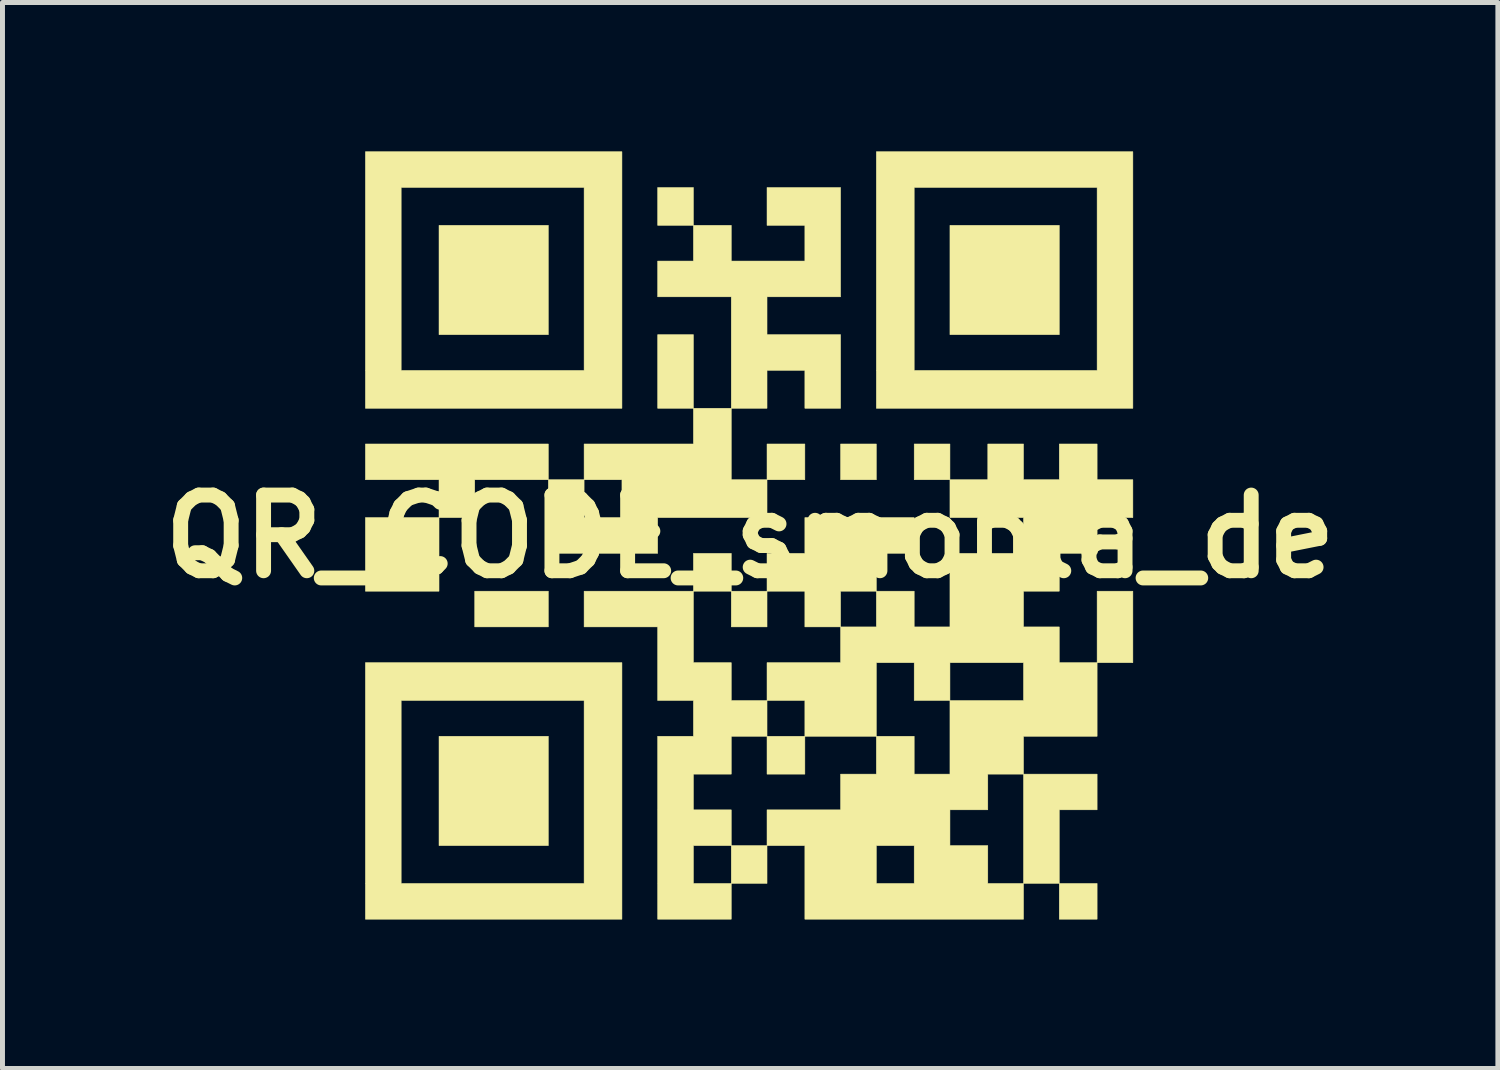
<source format=kicad_pcb>
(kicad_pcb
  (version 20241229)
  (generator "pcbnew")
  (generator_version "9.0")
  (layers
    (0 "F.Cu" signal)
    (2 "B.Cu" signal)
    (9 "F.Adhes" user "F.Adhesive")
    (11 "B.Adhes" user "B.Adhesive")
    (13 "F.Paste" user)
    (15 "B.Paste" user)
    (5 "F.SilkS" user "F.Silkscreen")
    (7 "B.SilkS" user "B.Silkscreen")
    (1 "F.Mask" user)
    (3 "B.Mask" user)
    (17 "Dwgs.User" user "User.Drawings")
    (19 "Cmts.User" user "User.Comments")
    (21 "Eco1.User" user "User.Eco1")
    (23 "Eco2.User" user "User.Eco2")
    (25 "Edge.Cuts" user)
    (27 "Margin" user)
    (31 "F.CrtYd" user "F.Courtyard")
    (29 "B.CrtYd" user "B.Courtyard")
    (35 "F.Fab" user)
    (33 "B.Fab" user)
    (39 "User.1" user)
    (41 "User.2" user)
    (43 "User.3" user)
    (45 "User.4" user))
  (footprint "QR_CODE_smopla_de"
    (layer "F.Cu")
    (at 12.054 7.752)
    (property "Reference" "QR_CODE_smopla_de" (at 0 0 0) (layer "F.SilkS") (effects (font (size 1.524 1.524) (thickness 0.3))))
    (attr through_hole)
    (fp_poly (pts (xy -6.265 1.101) (xy -7.747 1.101) (xy -7.747 -0.381) (xy -6.265 -0.381) (xy -6.265 1.101)) (stroke (width 0.01) (type solid)) (fill yes) (layer "F.SilkS"))
    (fp_poly (pts (xy -4.064 -4.064) (xy -6.265 -4.064) (xy -6.265 -6.265) (xy -4.064 -6.265) (xy -4.064 -4.064)) (stroke (width 0.01) (type solid)) (fill yes) (layer "F.SilkS"))
    (fp_poly (pts (xy -4.064 1.82) (xy -5.546 1.82) (xy -5.546 1.101) (xy -4.064 1.101) (xy -4.064 1.82)) (stroke (width 0.01) (type solid)) (fill yes) (layer "F.SilkS"))
    (fp_poly (pts (xy -4.064 6.223) (xy -6.265 6.223) (xy -6.265 4.022) (xy -4.064 4.022) (xy -4.064 6.223)) (stroke (width 0.01) (type solid)) (fill yes) (layer "F.SilkS"))
    (fp_poly (pts (xy -1.863 -6.265) (xy -1.863 -7.027) (xy -1.143 -7.027) (xy -1.143 -6.265) (xy -1.863 -6.265)) (stroke (width 0.01) (type solid)) (fill yes) (layer "F.SilkS"))
    (fp_poly (pts (xy -1.863 -2.582) (xy -1.863 -4.064) (xy -1.143 -4.064) (xy -1.143 -2.582) (xy -1.863 -2.582)) (stroke (width 0.01) (type solid)) (fill yes) (layer "F.SilkS"))
    (fp_poly (pts (xy 0.339 -1.863) (xy 1.101 -1.863) (xy 1.101 -1.143) (xy 0.339 -1.143) (xy 0.339 -1.863)) (stroke (width 0.01) (type solid)) (fill yes) (layer "F.SilkS"))
    (fp_poly (pts (xy 1.101 4.784) (xy 0.339 4.784) (xy 0.339 4.022) (xy 1.101 4.022) (xy 1.101 4.784)) (stroke (width 0.01) (type solid)) (fill yes) (layer "F.SilkS"))
    (fp_poly (pts (xy 2.54 -1.143) (xy 1.82 -1.143) (xy 1.82 -1.863) (xy 2.54 -1.863) (xy 2.54 -1.143)) (stroke (width 0.01) (type solid)) (fill yes) (layer "F.SilkS"))
    (fp_poly (pts (xy 3.302 -1.143) (xy 3.302 -1.863) (xy 4.022 -1.863) (xy 4.022 -1.143) (xy 3.302 -1.143)) (stroke (width 0.01) (type solid)) (fill yes) (layer "F.SilkS"))
    (fp_poly (pts (xy 6.223 -4.064) (xy 4.022 -4.064) (xy 4.022 -6.265) (xy 6.223 -6.265) (xy 6.223 -4.064)) (stroke (width 0.01) (type solid)) (fill yes) (layer "F.SilkS"))
    (fp_poly (pts (xy 6.985 1.101) (xy 7.705 1.101) (xy 7.705 2.54) (xy 6.985 2.54) (xy 6.985 1.101)) (stroke (width 0.01) (type solid)) (fill yes) (layer "F.SilkS"))
    (fp_poly (pts (xy 6.985 7.705) (xy 6.223 7.705) (xy 6.223 6.985) (xy 6.985 6.985) (xy 6.985 7.705)) (stroke (width 0.01) (type solid)) (fill yes) (layer "F.SilkS"))
    (fp_poly (pts (xy 5.503 4.784) (xy 6.985 4.784) (xy 6.985 5.503) (xy 6.223 5.503) (xy 6.223 6.985) (xy 5.503 6.985) (xy 5.503 4.784)) (stroke (width 0.01) (type solid)) (fill yes) (layer "F.SilkS"))
    (fp_poly (pts (xy -6.265 -1.143) (xy -7.747 -1.143) (xy -7.747 -1.863) (xy -4.064 -1.863) (xy -4.064 -1.143) (xy -5.546 -1.143) (xy -5.546 -0.381) (xy -6.265 -0.381) (xy -6.265 -1.143)) (stroke (width 0.01) (type solid)) (fill yes) (layer "F.SilkS"))
    (fp_poly (pts (xy -2.582 -2.582) (xy -7.747 -2.582) (xy -7.747 -7.027) (xy -7.027 -7.027) (xy -7.027 -3.344) (xy -3.344 -3.344) (xy -3.344 -7.027) (xy -7.027 -7.027) (xy -7.747 -7.027) (xy -7.747 -7.747) (xy -2.582 -7.747) (xy -2.582 -2.582)) (stroke (width 0.01) (type solid)) (fill yes) (layer "F.SilkS"))
    (fp_poly (pts (xy -2.582 7.705) (xy -7.747 7.705) (xy -7.747 3.302) (xy -7.027 3.302) (xy -7.027 6.985) (xy -3.344 6.985) (xy -3.344 3.302) (xy -7.027 3.302) (xy -7.747 3.302) (xy -7.747 2.54) (xy -2.582 2.54) (xy -2.582 7.705)) (stroke (width 0.01) (type solid)) (fill yes) (layer "F.SilkS"))
    (fp_poly (pts (xy 7.705 -2.582) (xy 2.54 -2.582) (xy 2.54 -7.027) (xy 3.302 -7.027) (xy 3.302 -3.344) (xy 6.985 -3.344) (xy 6.985 -7.027) (xy 3.302 -7.027) (xy 2.54 -7.027) (xy 2.54 -7.747) (xy 7.705 -7.747) (xy 7.705 -2.582)) (stroke (width 0.01) (type solid)) (fill yes) (layer "F.SilkS"))
    (fp_poly (pts (xy 0.339 -0.381) (xy -1.863 -0.381) (xy -1.863 0.339) (xy -4.064 0.339) (xy -4.064 -1.143) (xy -3.344 -1.143) (xy -3.344 -0.381) (xy -2.582 -0.381) (xy -2.582 -1.143) (xy -3.344 -1.143) (xy -3.344 -1.863) (xy -1.143 -1.863) (xy -1.143 -2.582) (xy -0.381 -2.582) (xy -0.381 -1.143) (xy 0.339 -1.143) (xy 0.339 -0.381)) (stroke (width 0.01) (type solid)) (fill yes) (layer "F.SilkS"))
    (fp_poly (pts (xy -0.381 -4.826) (xy -1.863 -4.826) (xy -1.863 -5.546) (xy -1.143 -5.546) (xy -1.143 -6.265) (xy -0.381 -6.265) (xy -0.381 -5.546) (xy 1.101 -5.546) (xy 1.101 -6.265) (xy 0.339 -6.265) (xy 0.339 -7.027) (xy 1.82 -7.027) (xy 1.82 -4.826) (xy 0.339 -4.826) (xy 0.339 -4.064) (xy 1.82 -4.064) (xy 1.82 -2.582) (xy 1.101 -2.582) (xy 1.101 -3.344) (xy 0.339 -3.344) (xy 0.339 -2.582) (xy -0.381 -2.582) (xy -0.381 -4.826)) (stroke (width 0.01) (type solid)) (fill yes) (layer "F.SilkS"))
    (fp_poly (pts (xy 6.985 4.022) (xy 5.503 4.022) (xy 5.503 4.784) (xy 4.784 4.784) (xy 4.784 5.503) (xy 4.022 5.503) (xy 4.022 6.223) (xy 4.784 6.223) (xy 4.784 6.985) (xy 5.503 6.985) (xy 5.503 7.705) (xy 1.101 7.705) (xy 1.101 6.223) (xy 2.54 6.223) (xy 2.54 6.985) (xy 3.302 6.985) (xy 3.302 6.223) (xy 2.54 6.223) (xy 1.101 6.223) (xy 0.339 6.223) (xy 0.339 6.985) (xy -0.381 6.985) (xy -0.381 7.705) (xy -1.863 7.705) (xy -1.863 6.223) (xy -1.143 6.223) (xy -1.143 6.985) (xy -0.381 6.985) (xy -0.381 6.223) (xy -1.143 6.223) (xy -1.863 6.223) (xy -1.863 4.784) (xy -1.143 4.784) (xy -1.143 5.503) (xy -0.381 5.503) (xy -0.381 6.223) (xy 0.339 6.223) (xy 0.339 5.503) (xy 1.82 5.503) (xy 1.82 4.784) (xy 2.54 4.784) (xy 2.54 4.022) (xy 1.101 4.022) (xy 1.101 3.302) (xy 0.339 3.302) (xy 0.339 4.022) (xy -0.381 4.022) (xy -0.381 4.784) (xy -1.143 4.784) (xy -1.863 4.784) (xy -1.863 4.022) (xy -1.143 4.022) (xy -1.143 3.302) (xy -1.863 3.302) (xy -1.863 1.82) (xy -3.344 1.82) (xy -3.344 1.101) (xy -1.143 1.101) (xy -1.143 2.54) (xy -0.381 2.54) (xy -0.381 3.302) (xy 0.339 3.302) (xy 0.339 2.54) (xy 1.82 2.54) (xy 2.54 2.54) (xy 2.54 4.022) (xy 3.302 4.022) (xy 3.302 4.784) (xy 4.022 4.784) (xy 4.022 3.302) (xy 3.302 3.302) (xy 3.302 2.54) (xy 4.022 2.54) (xy 4.022 3.302) (xy 5.503 3.302) (xy 5.503 2.54) (xy 4.022 2.54) (xy 3.302 2.54) (xy 2.54 2.54) (xy 1.82 2.54) (xy 1.82 1.82) (xy 1.101 1.82) (xy 1.101 1.101) (xy 1.82 1.101) (xy 1.82 1.82) (xy 2.54 1.82) (xy 2.54 1.101) (xy 1.82 1.101) (xy 1.101 1.101) (xy 0.339 1.101) (xy 0.339 1.82) (xy -0.381 1.82) (xy -0.381 1.101) (xy -1.143 1.101) (xy -1.143 0.339) (xy -0.381 0.339) (xy -0.381 1.101) (xy 0.339 1.101) (xy 0.339 0.339) (xy 1.101 0.339) (xy 1.101 -0.381) (xy 3.302 -0.381) (xy 3.302 0.339) (xy 2.54 0.339) (xy 2.54 1.101) (xy 3.302 1.101) (xy 3.302 1.82) (xy 4.022 1.82) (xy 4.022 0.339) (xy 5.503 0.339) (xy 5.503 -0.381) (xy 4.022 -0.381) (xy 4.022 -1.143) (xy 4.784 -1.143) (xy 4.784 -1.863) (xy 5.503 -1.863) (xy 5.503 -1.143) (xy 6.223 -1.143) (xy 6.223 -1.863) (xy 6.985 -1.863) (xy 6.985 -1.143) (xy 7.705 -1.143) (xy 7.705 -0.381) (xy 6.985 -0.381) (xy 6.985 0.339) (xy 6.223 0.339) (xy 6.223 1.101) (xy 5.503 1.101) (xy 5.503 1.82) (xy 6.223 1.82) (xy 6.223 2.54) (xy 6.985 2.54) (xy 6.985 4.022)) (stroke (width 0.01) (type solid)) (fill yes) (layer "F.SilkS")))
  (gr_rect
    (start -3 -3)
    (end 27.108 18.462)
    (stroke (width 0.1) (type default))
    (fill no)
    (layer "Edge.Cuts")))
</source>
